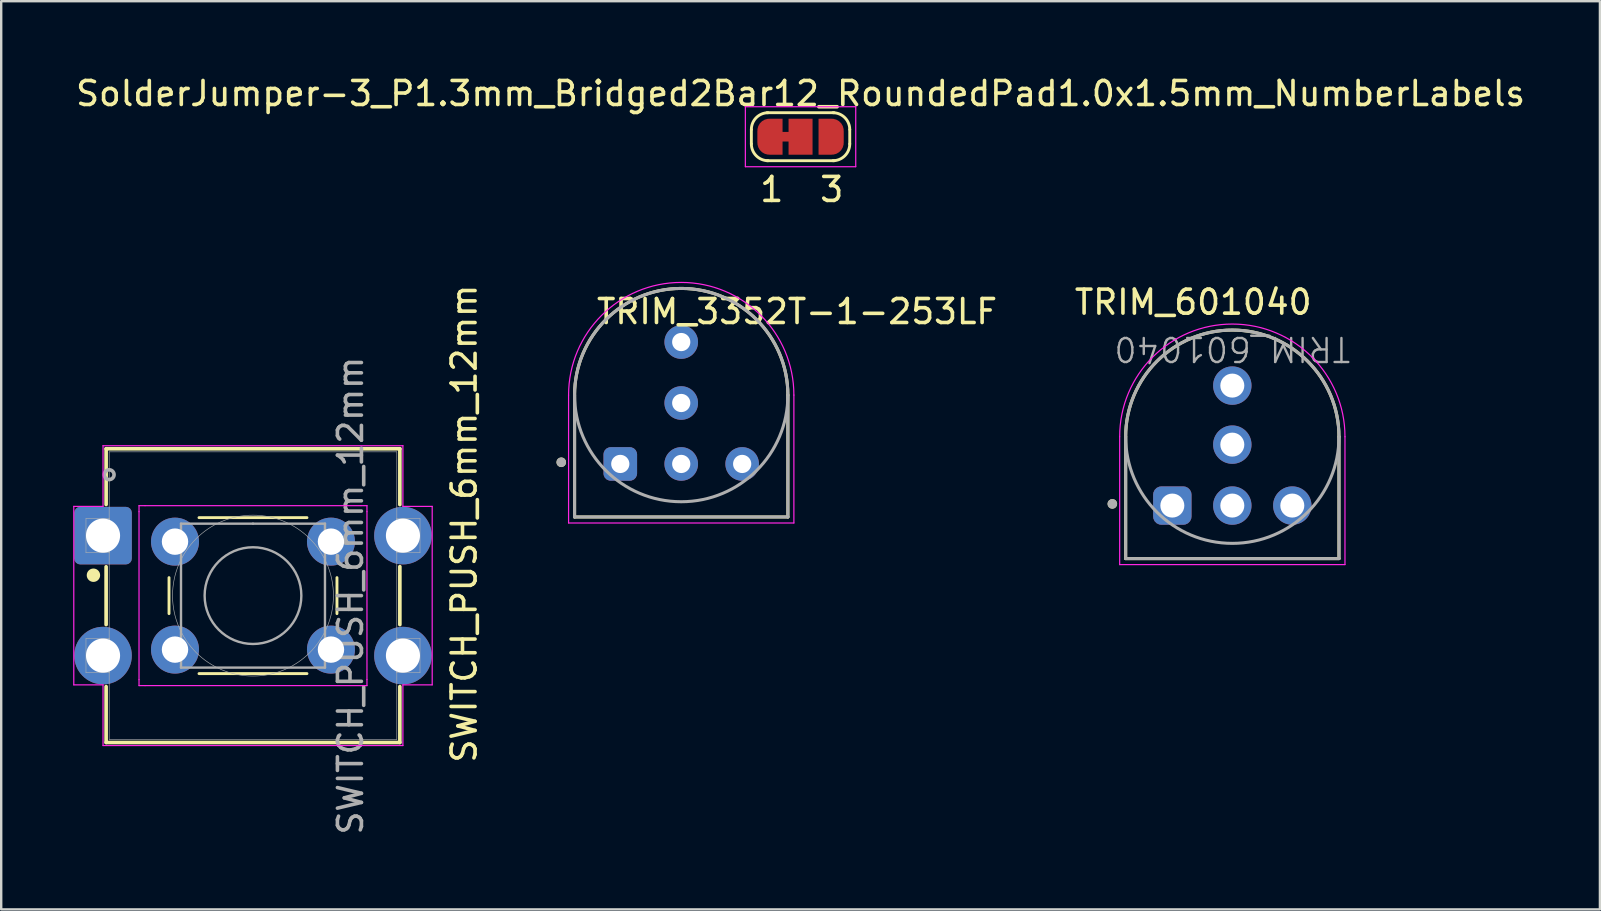
<source format=kicad_pcb>
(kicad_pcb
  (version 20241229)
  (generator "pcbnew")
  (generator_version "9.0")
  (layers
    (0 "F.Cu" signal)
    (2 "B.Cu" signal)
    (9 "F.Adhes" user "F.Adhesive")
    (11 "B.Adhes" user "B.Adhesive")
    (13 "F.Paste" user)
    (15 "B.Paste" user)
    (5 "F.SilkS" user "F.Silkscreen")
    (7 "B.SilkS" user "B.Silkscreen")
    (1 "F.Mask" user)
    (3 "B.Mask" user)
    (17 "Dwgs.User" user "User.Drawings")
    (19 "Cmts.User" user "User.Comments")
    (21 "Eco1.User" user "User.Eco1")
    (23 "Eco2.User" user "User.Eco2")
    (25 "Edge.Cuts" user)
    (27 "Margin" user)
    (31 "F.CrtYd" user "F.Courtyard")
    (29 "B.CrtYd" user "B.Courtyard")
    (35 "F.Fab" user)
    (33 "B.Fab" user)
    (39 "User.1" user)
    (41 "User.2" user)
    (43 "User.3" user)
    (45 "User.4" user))
  (footprint "TRIM_3352T-1-253LF"
    (layer "F.Cu")
    (at 25.342 13.416)
    (property "Reference" "TRIM_3352T-1-253LF" (at 4.826 -3.48 180) (layer "F.SilkS") (effects (font (size 1 1) (thickness 0.15))))
    (attr through_hole)
    (fp_line (start -4.445 0) (end -4.445 5.08) (stroke (width 0.127) (type solid)) (layer "F.SilkS"))
    (fp_line (start -4.445 5.08) (end 4.445 5.08) (stroke (width 0.127) (type solid)) (layer "F.SilkS"))
    (fp_line (start 4.445 0) (end 4.445 5.08) (stroke (width 0.127) (type solid)) (layer "F.SilkS"))
    (fp_arc (start -4.445 0) (mid 0 -4.445) (end 4.445 0) (stroke (width 0.127) (type solid)) (layer "F.SilkS"))
    (fp_circle (center -5 2.8) (end -4.9 2.8) (stroke (width 0.2) (type solid)) (fill no) (layer "F.SilkS"))
    (fp_line (start -4.695 0) (end -4.695 5.33) (stroke (width 0.05) (type solid)) (layer "F.CrtYd"))
    (fp_line (start -4.695 5.33) (end 4.695 5.33) (stroke (width 0.05) (type solid)) (layer "F.CrtYd"))
    (fp_line (start 4.695 5.33) (end 4.695 0) (stroke (width 0.05) (type solid)) (layer "F.CrtYd"))
    (fp_arc (start -4.695 0) (mid 0 -4.695) (end 4.695 0) (stroke (width 0.05) (type solid)) (layer "F.CrtYd"))
    (fp_line (start -4.445 0) (end -4.445 5.08) (stroke (width 0.127) (type solid)) (layer "F.Fab"))
    (fp_line (start -4.445 5.08) (end 4.445 5.08) (stroke (width 0.127) (type solid)) (layer "F.Fab"))
    (fp_line (start 4.445 5.08) (end 4.445 0) (stroke (width 0.127) (type solid)) (layer "F.Fab"))
    (fp_circle (center -5 2.8) (end -4.9 2.8) (stroke (width 0.2) (type solid)) (fill no) (layer "F.Fab"))
    (fp_circle (center 0 0) (end 4.445 0) (stroke (width 0.127) (type solid)) (fill no) (layer "F.Fab"))
    (pad "1" thru_hole roundrect (at -2.54 2.87) (size 1.4 1.4) (drill 0.76) (layers "*.Cu" "*.Mask") (roundrect_rratio 0.216))
    (pad "2" thru_hole circle (at 0 -2.21) (size 1.4 1.4) (drill 0.76) (layers "*.Cu" "*.Mask"))
    (pad "2" thru_hole circle (at 0 0.33) (size 1.4 1.4) (drill 0.76) (layers "*.Cu" "*.Mask"))
    (pad "2" thru_hole circle (at 0 2.87) (size 1.4 1.4) (drill 0.76) (layers "*.Cu" "*.Mask"))
    (pad "3" thru_hole circle (at 2.54 2.87) (size 1.4 1.4) (drill 0.76) (layers "*.Cu" "*.Mask")))
  (footprint "SWITCH_PUSH_6mm_12mm"
    (layer "F.Cu")
    (at 7.494 21.774)
    (property "Reference" "SWITCH_PUSH_6mm_12mm" (at 8.8 -3 90) (unlocked yes) (layer "F.SilkS") (effects (font (size 1 1) (thickness 0.15))))
    (attr through_hole)
    (fp_line (start -6.121 -6.121) (end -6.121 -3.798) (stroke (width 0.152) (type solid)) (layer "F.SilkS"))
    (fp_line (start -6.121 -1.202) (end -6.121 1.208) (stroke (width 0.152) (type solid)) (layer "F.SilkS"))
    (fp_line (start -6.121 3.792) (end -6.121 6.121) (stroke (width 0.152) (type solid)) (layer "F.SilkS"))
    (fp_line (start -6.121 6.121) (end 6.121 6.121) (stroke (width 0.152) (type solid)) (layer "F.SilkS"))
    (fp_line (start -3.5 -0.75) (end -3.5 0.75) (stroke (width 0.12) (type solid)) (layer "F.SilkS"))
    (fp_line (start -2.25 3.25) (end 2.25 3.25) (stroke (width 0.12) (type solid)) (layer "F.SilkS"))
    (fp_line (start 2.25 -3.25) (end -2.25 -3.25) (stroke (width 0.12) (type solid)) (layer "F.SilkS"))
    (fp_line (start 3.5 0.75) (end 3.5 -0.75) (stroke (width 0.12) (type solid)) (layer "F.SilkS"))
    (fp_line (start 6.121 -6.121) (end -6.121 -6.121) (stroke (width 0.152) (type solid)) (layer "F.SilkS"))
    (fp_line (start 6.121 -3.792) (end 6.121 -6.121) (stroke (width 0.152) (type solid)) (layer "F.SilkS"))
    (fp_line (start 6.121 1.208) (end 6.121 -1.208) (stroke (width 0.152) (type solid)) (layer "F.SilkS"))
    (fp_line (start 6.121 6.121) (end 6.121 3.792) (stroke (width 0.152) (type solid)) (layer "F.SilkS"))
    (fp_circle (center -6.65 -0.85) (end -6.447 -0.85) (stroke (width 0.152) (type solid)) (fill yes) (layer "F.SilkS"))
    (fp_line (start -7.469 -3.719) (end -6.25 -3.719) (stroke (width 0.05) (type solid)) (layer "F.CrtYd"))
    (fp_line (start -7.469 3.719) (end -7.469 -3.719) (stroke (width 0.05) (type solid)) (layer "F.CrtYd"))
    (fp_line (start -7.469 3.719) (end -6.25 3.719) (stroke (width 0.05) (type solid)) (layer "F.CrtYd"))
    (fp_line (start -6.25 -6.248) (end 6.248 -6.248) (stroke (width 0.05) (type solid)) (layer "F.CrtYd"))
    (fp_line (start -6.25 -3.719) (end -6.25 -6.248) (stroke (width 0.05) (type solid)) (layer "F.CrtYd"))
    (fp_line (start -6.25 6.248) (end -6.25 3.719) (stroke (width 0.05) (type solid)) (layer "F.CrtYd"))
    (fp_line (start -4.75 -3.75) (end -4.5 -3.75) (stroke (width 0.05) (type solid)) (layer "F.CrtYd"))
    (fp_line (start -4.75 -3.5) (end -4.75 -3.75) (stroke (width 0.05) (type solid)) (layer "F.CrtYd"))
    (fp_line (start -4.75 3.5) (end -4.75 -3.5) (stroke (width 0.05) (type solid)) (layer "F.CrtYd"))
    (fp_line (start -4.75 3.5) (end -4.75 3.75) (stroke (width 0.05) (type solid)) (layer "F.CrtYd"))
    (fp_line (start -4.75 3.75) (end -4.5 3.75) (stroke (width 0.05) (type solid)) (layer "F.CrtYd"))
    (fp_line (start -4.5 -3.75) (end 4.5 -3.75) (stroke (width 0.05) (type solid)) (layer "F.CrtYd"))
    (fp_line (start 4.5 -3.75) (end 4.75 -3.75) (stroke (width 0.05) (type solid)) (layer "F.CrtYd"))
    (fp_line (start 4.5 3.75) (end -4.5 3.75) (stroke (width 0.05) (type solid)) (layer "F.CrtYd"))
    (fp_line (start 4.5 3.75) (end 4.75 3.75) (stroke (width 0.05) (type solid)) (layer "F.CrtYd"))
    (fp_line (start 4.75 -3.75) (end 4.75 -3.5) (stroke (width 0.05) (type solid)) (layer "F.CrtYd"))
    (fp_line (start 4.75 -3.5) (end 4.75 3.5) (stroke (width 0.05) (type solid)) (layer "F.CrtYd"))
    (fp_line (start 4.75 3.75) (end 4.75 3.5) (stroke (width 0.05) (type solid)) (layer "F.CrtYd"))
    (fp_line (start 6.248 -6.248) (end 6.248 -3.719) (stroke (width 0.05) (type solid)) (layer "F.CrtYd"))
    (fp_line (start 6.248 3.719) (end 6.248 6.248) (stroke (width 0.05) (type solid)) (layer "F.CrtYd"))
    (fp_line (start 6.248 6.248) (end -6.25 6.248) (stroke (width 0.05) (type solid)) (layer "F.CrtYd"))
    (fp_line (start 7.469 -3.719) (end 6.248 -3.719) (stroke (width 0.05) (type solid)) (layer "F.CrtYd"))
    (fp_line (start 7.469 -3.719) (end 7.469 3.719) (stroke (width 0.05) (type solid)) (layer "F.CrtYd"))
    (fp_line (start 7.469 3.719) (end 6.248 3.719) (stroke (width 0.05) (type solid)) (layer "F.CrtYd"))
    (fp_line (start -6.961 -3.211) (end -6.961 -1.789) (stroke (width 0.025) (type solid)) (layer "F.Fab"))
    (fp_line (start -6.961 -1.789) (end -5.994 -1.789) (stroke (width 0.025) (type solid)) (layer "F.Fab"))
    (fp_line (start -6.961 1.789) (end -6.961 3.211) (stroke (width 0.025) (type solid)) (layer "F.Fab"))
    (fp_line (start -6.961 3.211) (end -5.994 3.211) (stroke (width 0.025) (type solid)) (layer "F.Fab"))
    (fp_line (start -5.994 -5.994) (end -5.994 5.994) (stroke (width 0.025) (type solid)) (layer "F.Fab"))
    (fp_line (start -5.994 -3.211) (end -6.961 -3.211) (stroke (width 0.025) (type solid)) (layer "F.Fab"))
    (fp_line (start -5.994 -1.789) (end -5.994 -3.211) (stroke (width 0.025) (type solid)) (layer "F.Fab"))
    (fp_line (start -5.994 1.789) (end -6.961 1.789) (stroke (width 0.025) (type solid)) (layer "F.Fab"))
    (fp_line (start -5.994 3.211) (end -5.994 1.789) (stroke (width 0.025) (type solid)) (layer "F.Fab"))
    (fp_line (start -5.994 5.994) (end 5.994 5.994) (stroke (width 0.025) (type solid)) (layer "F.Fab"))
    (fp_line (start -3 -3) (end 0 -3) (stroke (width 0.1) (type solid)) (layer "F.Fab"))
    (fp_line (start -3 3) (end -3 -3) (stroke (width 0.1) (type solid)) (layer "F.Fab"))
    (fp_line (start 0 -3) (end 3 -3) (stroke (width 0.1) (type solid)) (layer "F.Fab"))
    (fp_line (start 3 -3) (end 3 3) (stroke (width 0.1) (type solid)) (layer "F.Fab"))
    (fp_line (start 3 3) (end -3 3) (stroke (width 0.1) (type solid)) (layer "F.Fab"))
    (fp_line (start 5.994 -5.994) (end -5.994 -5.994) (stroke (width 0.025) (type solid)) (layer "F.Fab"))
    (fp_line (start 5.994 -3.211) (end 5.994 -1.789) (stroke (width 0.025) (type solid)) (layer "F.Fab"))
    (fp_line (start 5.994 -1.789) (end 6.961 -1.789) (stroke (width 0.025) (type solid)) (layer "F.Fab"))
    (fp_line (start 5.994 1.789) (end 5.994 3.211) (stroke (width 0.025) (type solid)) (layer "F.Fab"))
    (fp_line (start 5.994 3.211) (end 6.961 3.211) (stroke (width 0.025) (type solid)) (layer "F.Fab"))
    (fp_line (start 5.994 5.994) (end 5.994 -5.994) (stroke (width 0.025) (type solid)) (layer "F.Fab"))
    (fp_line (start 6.961 -3.211) (end 5.994 -3.211) (stroke (width 0.025) (type solid)) (layer "F.Fab"))
    (fp_line (start 6.961 -1.789) (end 6.961 -3.211) (stroke (width 0.025) (type solid)) (layer "F.Fab"))
    (fp_line (start 6.961 1.789) (end 5.994 1.789) (stroke (width 0.025) (type solid)) (layer "F.Fab"))
    (fp_line (start 6.961 3.211) (end 6.961 1.789) (stroke (width 0.025) (type solid)) (layer "F.Fab"))
    (fp_circle (center -5.994 -5.04) (end -5.791 -5.04) (stroke (width 0.152) (type solid)) (fill no) (layer "F.Fab"))
    (fp_circle (center 0 0) (end -2 0.25) (stroke (width 0.1) (type solid)) (fill no) (layer "F.Fab"))
    (fp_circle (center 0 0) (end 3.353 0) (stroke (width 0.025) (type solid)) (fill no) (layer "F.Fab"))
    (fp_text user "${REFERENCE}" (at 4.064 0 90) (layer "F.Fab") (effects (font (size 1 1) (thickness 0.15))))
    (pad "1" thru_hole roundrect (at -6.25 -2.5) (size 2.4 2.4) (drill 1.422) (layers "*.Cu" "*.Mask") (roundrect_rratio 0.104))
    (pad "1" thru_hole circle (at -3.25 -2.25 90) (size 2 2) (drill 1.1) (layers "*.Cu" "*.Mask"))
    (pad "1" thru_hole circle (at 3.25 -2.25 90) (size 2 2) (drill 1.1) (layers "*.Cu" "*.Mask"))
    (pad "1" thru_hole circle (at 6.25 -2.5) (size 2.4 2.4) (drill 1.422) (layers "*.Cu" "*.Mask"))
    (pad "2" thru_hole circle (at -6.25 2.5) (size 2.4 2.4) (drill 1.422) (layers "*.Cu" "*.Mask"))
    (pad "2" thru_hole circle (at -3.25 2.25 90) (size 2 2) (drill 1.1) (layers "*.Cu" "*.Mask"))
    (pad "2" thru_hole circle (at 3.25 2.25 90) (size 2 2) (drill 1.1) (layers "*.Cu" "*.Mask"))
    (pad "2" thru_hole circle (at 6.25 2.5) (size 2.4 2.4) (drill 1.422) (layers "*.Cu" "*.Mask")))
  (footprint "TRIM_601040"
    (layer "F.Cu")
    (at 48.31 15.151)
    (property "Reference" "TRIM_601040" (at -1.63 -5.606 180) (layer "F.SilkS") (effects (font (size 1 1) (thickness 0.15))))
    (attr through_hole)
    (fp_line (start -4.445 0) (end -4.445 5.08) (stroke (width 0.127) (type solid)) (layer "F.SilkS"))
    (fp_line (start -4.445 5.08) (end 4.445 5.08) (stroke (width 0.127) (type solid)) (layer "F.SilkS"))
    (fp_line (start 4.445 0) (end 4.445 5.08) (stroke (width 0.127) (type solid)) (layer "F.SilkS"))
    (fp_arc (start -4.445 0) (mid 0 -4.445) (end 4.445 0) (stroke (width 0.127) (type solid)) (layer "F.SilkS"))
    (fp_circle (center -5 2.8) (end -4.9 2.8) (stroke (width 0.2) (type solid)) (fill no) (layer "F.SilkS"))
    (fp_line (start -4.695 0) (end -4.695 5.33) (stroke (width 0.05) (type solid)) (layer "F.CrtYd"))
    (fp_line (start -4.695 5.33) (end 4.695 5.33) (stroke (width 0.05) (type solid)) (layer "F.CrtYd"))
    (fp_line (start 4.695 5.33) (end 4.695 0) (stroke (width 0.05) (type solid)) (layer "F.CrtYd"))
    (fp_arc (start -4.695 0) (mid 0 -4.695) (end 4.695 0) (stroke (width 0.05) (type solid)) (layer "F.CrtYd"))
    (fp_line (start -4.445 0) (end -4.445 5.08) (stroke (width 0.127) (type solid)) (layer "F.Fab"))
    (fp_line (start -4.445 5.08) (end 4.445 5.08) (stroke (width 0.127) (type solid)) (layer "F.Fab"))
    (fp_line (start 4.445 5.08) (end 4.445 0) (stroke (width 0.127) (type solid)) (layer "F.Fab"))
    (fp_circle (center -5 2.8) (end -4.9 2.8) (stroke (width 0.2) (type solid)) (fill no) (layer "F.Fab"))
    (fp_circle (center 0 0) (end 4.445 0) (stroke (width 0.127) (type solid)) (fill no) (layer "F.Fab"))
    (fp_text user "${REFERENCE}" (at 0 -4.242 180) (unlocked yes) (layer "F.Fab") (effects (font (size 1 1) (thickness 0.1)) (justify bottom)))
    (pad "1" thru_hole roundrect (at -2.5 2.87) (size 1.6 1.6) (drill 1) (layers "*.Cu" "*.Mask") (roundrect_rratio 0.216))
    (pad "2" thru_hole circle (at 0 -2.13) (size 1.6 1.6) (drill 1) (layers "*.Cu" "*.Mask"))
    (pad "2" thru_hole circle (at 0 0.33) (size 1.6 1.6) (drill 1) (layers "*.Cu" "*.Mask"))
    (pad "2" thru_hole circle (at 0 2.87) (size 1.6 1.6) (drill 1) (layers "*.Cu" "*.Mask"))
    (pad "3" thru_hole circle (at 2.5 2.87) (size 1.6 1.6) (drill 1) (layers "*.Cu" "*.Mask")))
  (footprint "SolderJumper-3_P1.3mm_Bridged2Bar12_RoundedPad1.0x1.5mm_NumberLabels"
    (layer "F.Cu")
    (at 30.315 2.648)
    (property "Reference" "SolderJumper-3_P1.3mm_Bridged2Bar12_RoundedPad1.0x1.5mm_NumberLabels" (at 0 -1.8 0) (layer "F.SilkS") (effects (font (size 1 1) (thickness 0.15))))
    (attr exclude_from_pos_files exclude_from_bom allow_soldermask_bridges)
    (fp_poly (pts (xy -0.9 -0.2) (xy -0.4 -0.2) (xy -0.4 0.2) (xy -0.9 0.2)) (stroke (width 0) (type solid)) (fill yes) (layer "F.Cu"))
    (fp_poly (pts (xy -0.75 -0.75) (xy -0.75 0.75) (xy 0.75 0.75) (xy 0.75 -0.75)) (stroke (width 0) (type default)) (fill yes) (layer "F.Mask"))
    (fp_line (start -2.05 0.3) (end -2.05 -0.3) (stroke (width 0.12) (type solid)) (layer "F.SilkS"))
    (fp_line (start -1.4 -1) (end 1.4 -1) (stroke (width 0.12) (type solid)) (layer "F.SilkS"))
    (fp_line (start 1.4 1) (end -1.4 1) (stroke (width 0.12) (type solid)) (layer "F.SilkS"))
    (fp_line (start 2.05 -0.3) (end 2.05 0.3) (stroke (width 0.12) (type solid)) (layer "F.SilkS"))
    (fp_arc (start -2.05 -0.3) (mid -1.844975 -0.794975) (end -1.35 -1) (stroke (width 0.12) (type solid)) (layer "F.SilkS"))
    (fp_arc (start -1.35 1) (mid -1.844975 0.794975) (end -2.05 0.3) (stroke (width 0.12) (type solid)) (layer "F.SilkS"))
    (fp_arc (start 1.35 -1) (mid 1.844975 -0.794975) (end 2.05 -0.3) (stroke (width 0.12) (type solid)) (layer "F.SilkS"))
    (fp_arc (start 2.05 0.3) (mid 1.844975 0.794975) (end 1.35 1) (stroke (width 0.12) (type solid)) (layer "F.SilkS"))
    (fp_line (start -2.3 -1.25) (end -2.3 1.25) (stroke (width 0.05) (type solid)) (layer "F.CrtYd"))
    (fp_line (start -2.3 -1.25) (end 2.3 -1.25) (stroke (width 0.05) (type solid)) (layer "F.CrtYd"))
    (fp_line (start 2.3 1.25) (end -2.3 1.25) (stroke (width 0.05) (type solid)) (layer "F.CrtYd"))
    (fp_line (start 2.3 1.25) (end 2.3 -1.25) (stroke (width 0.05) (type solid)) (layer "F.CrtYd"))
    (fp_text user "3" (at 1.3 2.2 0) (layer "F.SilkS") (effects (font (size 1 1) (thickness 0.15))))
    (fp_text user "1" (at -1.2 2.2 0) (layer "F.SilkS") (effects (font (size 1 1) (thickness 0.15))))
    (pad "1" smd custom (at -1.3 0) (size 1 0.5) (layers "F.Cu" "F.Mask") (options (anchor rect)) (primitives (gr_circle (center 0 0.25) (end 0.5 0.25) (width 0) (fill yes)) (gr_circle (center 0 -0.25) (end 0.5 -0.25) (width 0) (fill yes)) (gr_poly (pts (xy 0.55 0.75) (xy 0 0.75) (xy 0 -0.75) (xy 0.55 -0.75)) (width 0) (fill yes))))
    (pad "2" smd rect (at 0 0) (size 1 1.5) (layers "F.Cu" "F.Mask"))
    (pad "3" smd custom (at 1.3 0) (size 1 0.5) (layers "F.Cu" "F.Mask") (options (anchor rect)) (primitives (gr_circle (center 0 0.25) (end 0.5 0.25) (width 0) (fill yes)) (gr_circle (center 0 -0.25) (end 0.5 -0.25) (width 0) (fill yes)) (gr_poly (pts (xy 0 0.75) (xy -0.55 0.75) (xy -0.55 -0.75) (xy 0 -0.75)) (width 0) (fill yes)))))
  (gr_rect
    (start -3 -3)
    (end 63.631 34.851)
    (stroke (width 0.1) (type default))
    (fill no)
    (layer "Edge.Cuts")))
</source>
